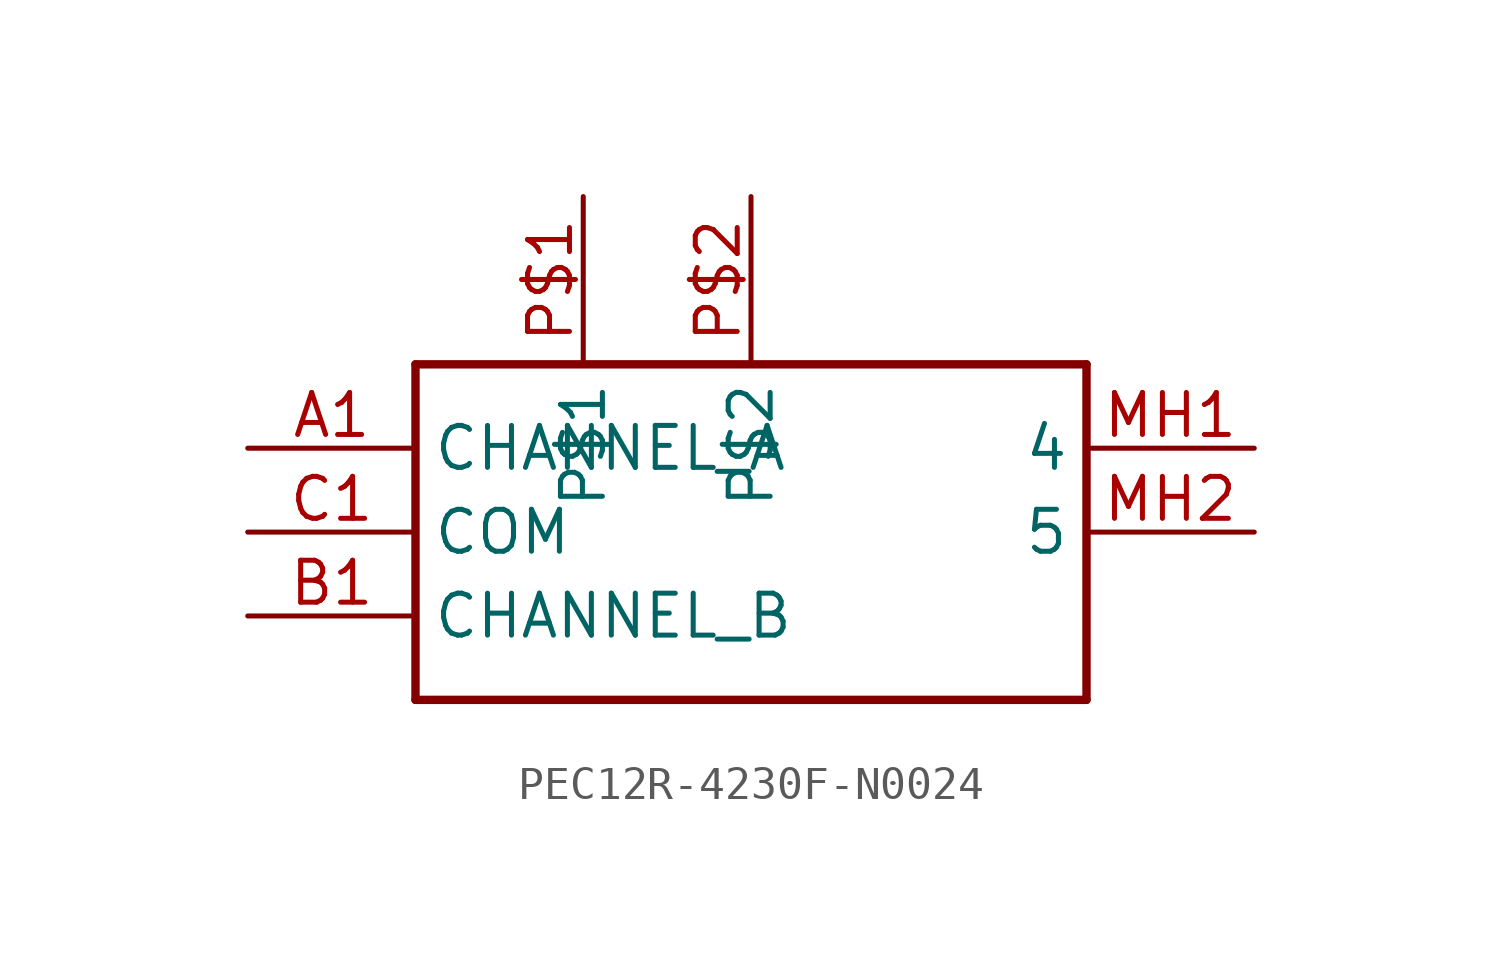
<source format=kicad_sym>
(kicad_symbol_lib
  (version 20231120)
  (generator "kicad_symbol_editor")
  (generator_version "8.0")
  (symbol "PEC12R-4230F-N0024"
    (property "Reference" "U"
      (at 0 0 0)
      (effects (font (size 1.27 1.27)) (hide yes)))
    (property "Value" ""
      (at 26.67 5.08 0)
      (effects (font (size 1.778 1.511)) (justify left)))
    (property "ki_locked" ""
      (at 0 0 0)
      (effects (font (size 1.27 1.27))))
    (symbol "PEC12R-4230F-N0024_1_0"
      (polyline (pts (xy 5.08 2.54) (xy 5.08 -7.62)) (stroke (width 0.254) (type solid)) (fill (type none)))
      (polyline (pts (xy 5.08 2.54) (xy 25.4 2.54)) (stroke (width 0.254) (type solid)) (fill (type none)))
      (polyline (pts (xy 25.4 -7.62) (xy 5.08 -7.62)) (stroke (width 0.254) (type solid)) (fill (type none)))
      (polyline (pts (xy 25.4 -7.62) (xy 25.4 2.54)) (stroke (width 0.254) (type solid)) (fill (type none)))
      (pin bidirectional line (at 0 0 0) (length 5.08) (name "CHANNEL_A" (effects (font (size 1.27 1.27)))) (number "A1" (effects (font (size 1.27 1.27)))))
      (pin bidirectional line (at 0 -5.08 0) (length 5.08) (name "CHANNEL_B" (effects (font (size 1.27 1.27)))) (number "B1" (effects (font (size 1.27 1.27)))))
      (pin bidirectional line (at 0 -2.54 0) (length 5.08) (name "COM" (effects (font (size 1.27 1.27)))) (number "C1" (effects (font (size 1.27 1.27)))))
      (pin bidirectional line (at 30.48 0 180) (length 5.08) (name "4" (effects (font (size 1.27 1.27)))) (number "MH1" (effects (font (size 1.27 1.27)))))
      (pin bidirectional line (at 30.48 -2.54 180) (length 5.08) (name "5" (effects (font (size 1.27 1.27)))) (number "MH2" (effects (font (size 1.27 1.27)))))
      (pin bidirectional line (at 10.16 7.62 270) (length 5.08) (name "P$1" (effects (font (size 1.27 1.27)))) (number "P$1" (effects (font (size 1.27 1.27)))))
      (pin bidirectional line (at 15.24 7.62 270) (length 5.08) (name "P$2" (effects (font (size 1.27 1.27)))) (number "P$2" (effects (font (size 1.27 1.27))))))))
</source>
